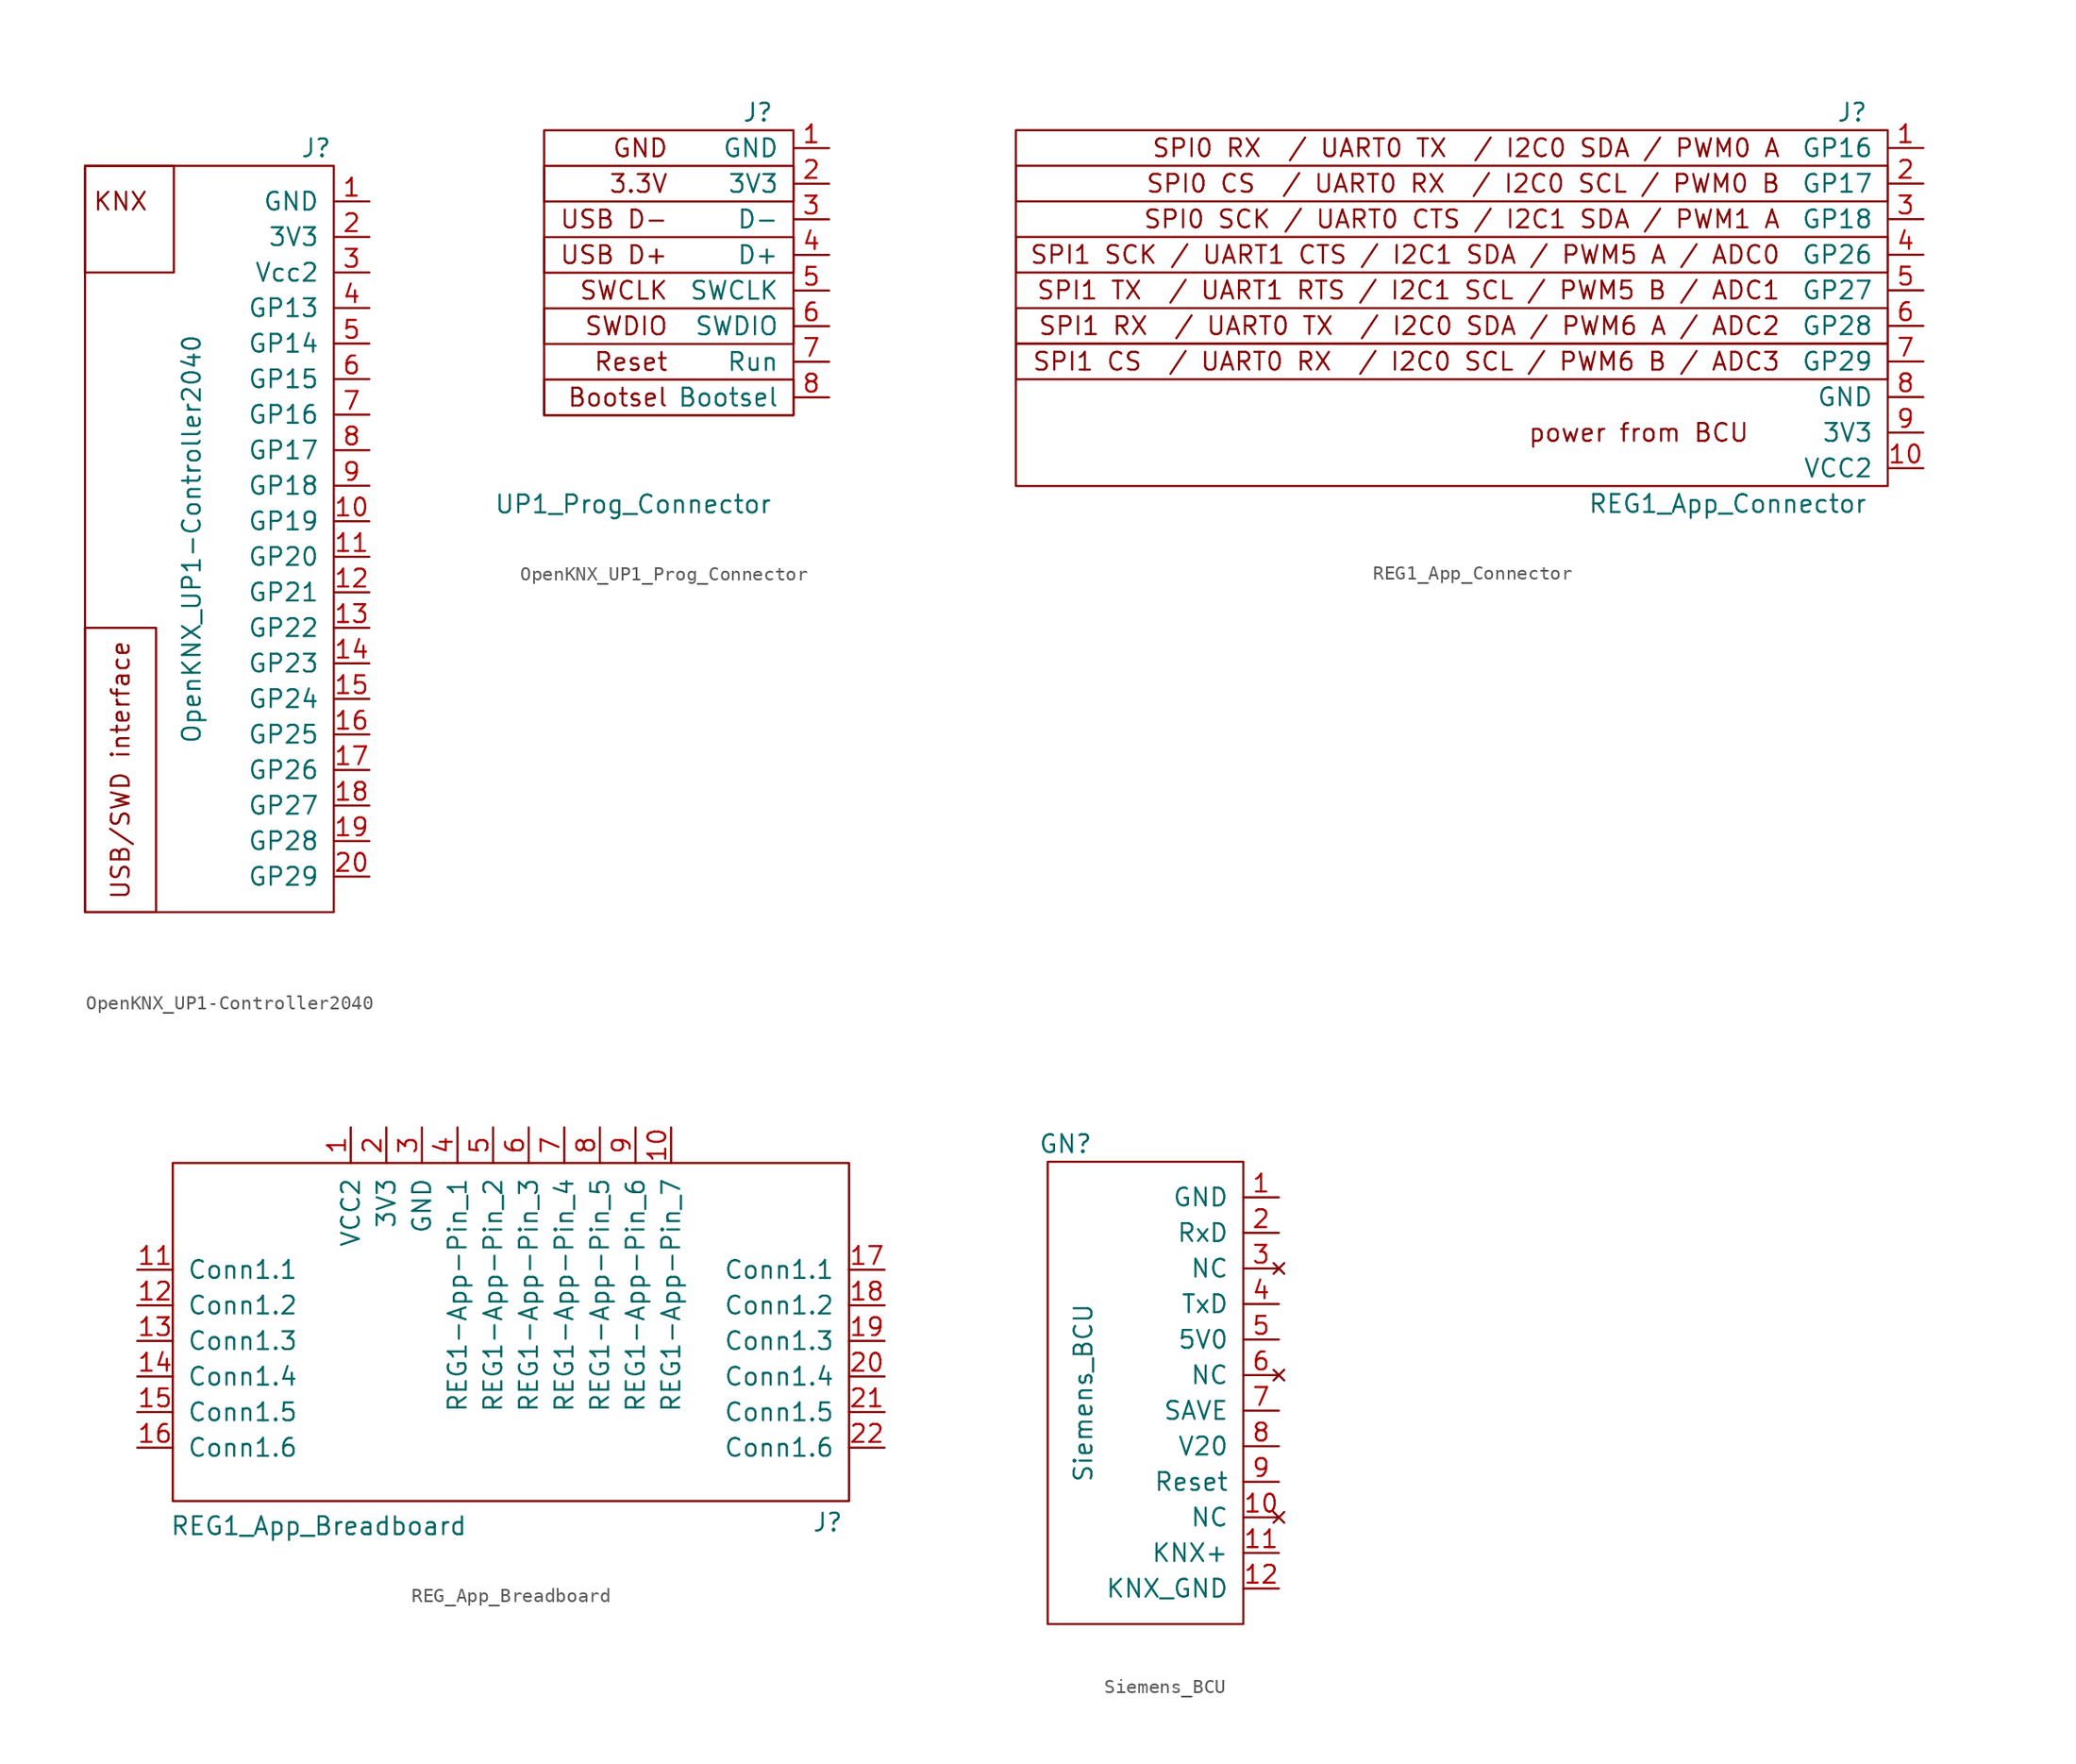
<source format=kicad_sym>
(kicad_symbol_lib
  (version 20231120)
  (generator "kicad_symbol_editor")
  (generator_version "8.0")
  (symbol "OpenKNX_UP1-Controller2040"
    (pin_names
      (offset 1.016))
    (property "Reference" "J"
      (at 5.08 27.94 0)
      (effects (font (size 1.27 1.27))))
    (property "Value" "OpenKNX_UP1-Controller2040"
      (at -3.81 0 90)
      (effects (font (size 1.27 1.27))))
    (symbol "OpenKNX_UP1-Controller2040_0_0"
      (rectangle (start -11.43 -6.35) (end -6.35 -26.67) (stroke (width 0) (type solid)) (fill (type none)))
      (rectangle (start -5.08 26.67) (end -11.43 19.05) (stroke (width 0) (type solid)) (fill (type none)))
      (rectangle (start 6.35 26.67) (end -11.43 -26.67) (stroke (width 0) (type solid)) (fill (type none)))
      (text "KNX" (at -8.89 24.13 0) (effects (font (size 1.27 1.27))))
      (text "USB/SWD interface" (at -8.89 -16.51 900) (effects (font (size 1.27 1.27)))))
    (symbol "OpenKNX_UP1-Controller2040_1_1"
      (pin bidirectional line (at 8.89 24.13 180) (length 2.54) (name "GND" (effects (font (size 1.27 1.27)))) (number "1" (effects (font (size 1.27 1.27)))))
      (pin bidirectional line (at 8.89 1.27 180) (length 2.54) (name "GP19" (effects (font (size 1.27 1.27)))) (number "10" (effects (font (size 1.27 1.27)))))
      (pin bidirectional line (at 8.89 -1.27 180) (length 2.54) (name "GP20" (effects (font (size 1.27 1.27)))) (number "11" (effects (font (size 1.27 1.27)))))
      (pin bidirectional line (at 8.89 -3.81 180) (length 2.54) (name "GP21" (effects (font (size 1.27 1.27)))) (number "12" (effects (font (size 1.27 1.27)))))
      (pin bidirectional line (at 8.89 -6.35 180) (length 2.54) (name "GP22" (effects (font (size 1.27 1.27)))) (number "13" (effects (font (size 1.27 1.27)))))
      (pin bidirectional line (at 8.89 -8.89 180) (length 2.54) (name "GP23" (effects (font (size 1.27 1.27)))) (number "14" (effects (font (size 1.27 1.27)))))
      (pin bidirectional line (at 8.89 -11.43 180) (length 2.54) (name "GP24" (effects (font (size 1.27 1.27)))) (number "15" (effects (font (size 1.27 1.27)))))
      (pin bidirectional line (at 8.89 -13.97 180) (length 2.54) (name "GP25" (effects (font (size 1.27 1.27)))) (number "16" (effects (font (size 1.27 1.27)))))
      (pin bidirectional line (at 8.89 -16.51 180) (length 2.54) (name "GP26" (effects (font (size 1.27 1.27)))) (number "17" (effects (font (size 1.27 1.27)))))
      (pin bidirectional line (at 8.89 -19.05 180) (length 2.54) (name "GP27" (effects (font (size 1.27 1.27)))) (number "18" (effects (font (size 1.27 1.27)))))
      (pin bidirectional line (at 8.89 -21.59 180) (length 2.54) (name "GP28" (effects (font (size 1.27 1.27)))) (number "19" (effects (font (size 1.27 1.27)))))
      (pin power_out line (at 8.89 21.59 180) (length 2.54) (name "3V3" (effects (font (size 1.27 1.27)))) (number "2" (effects (font (size 1.27 1.27)))))
      (pin bidirectional line (at 8.89 -24.13 180) (length 2.54) (name "GP29" (effects (font (size 1.27 1.27)))) (number "20" (effects (font (size 1.27 1.27)))))
      (pin power_out line (at 8.89 19.05 180) (length 2.54) (name "Vcc2" (effects (font (size 1.27 1.27)))) (number "3" (effects (font (size 1.27 1.27)))))
      (pin bidirectional line (at 8.89 16.51 180) (length 2.54) (name "GP13" (effects (font (size 1.27 1.27)))) (number "4" (effects (font (size 1.27 1.27)))))
      (pin bidirectional line (at 8.89 13.97 180) (length 2.54) (name "GP14" (effects (font (size 1.27 1.27)))) (number "5" (effects (font (size 1.27 1.27)))))
      (pin bidirectional line (at 8.89 11.43 180) (length 2.54) (name "GP15" (effects (font (size 1.27 1.27)))) (number "6" (effects (font (size 1.27 1.27)))))
      (pin bidirectional line (at 8.89 8.89 180) (length 2.54) (name "GP16" (effects (font (size 1.27 1.27)))) (number "7" (effects (font (size 1.27 1.27)))))
      (pin bidirectional line (at 8.89 6.35 180) (length 2.54) (name "GP17" (effects (font (size 1.27 1.27)))) (number "8" (effects (font (size 1.27 1.27)))))
      (pin bidirectional line (at 8.89 3.81 180) (length 2.54) (name "GP18" (effects (font (size 1.27 1.27)))) (number "9" (effects (font (size 1.27 1.27)))))))
  (symbol "OpenKNX_UP1_Prog_Connector"
    (pin_names
      (offset 1.016))
    (property "Reference" "J"
      (at 10.16 13.97 0)
      (effects (font (size 1.27 1.27))))
    (property "Value" "UP1_Prog_Connector"
      (at 1.27 -13.97 0)
      (effects (font (size 1.27 1.27))))
    (symbol "OpenKNX_UP1_Prog_Connector_0_0"
      (rectangle (start -5.08 -5.08) (end 12.7 -7.62) (stroke (width 0) (type solid)) (fill (type none)))
      (rectangle (start -5.08 0) (end 12.7 -2.54) (stroke (width 0) (type solid)) (fill (type none)))
      (rectangle (start -5.08 5.08) (end 12.7 2.54) (stroke (width 0) (type solid)) (fill (type none)))
      (rectangle (start -5.08 10.16) (end 12.7 7.62) (stroke (width 0) (type solid)) (fill (type none)))
      (rectangle (start -5.08 12.7) (end 12.7 -7.62) (stroke (width 0) (type solid)) (fill (type none))))
    (symbol "OpenKNX_UP1_Prog_Connector_1_0"
      (text "3.3V" (at 3.81 8.89 0) (effects (font (size 1.27 1.27)) (justify right)))
      (text "Bootsel" (at 3.81 -6.35 0) (effects (font (size 1.27 1.27)) (justify right)))
      (text "GND" (at 3.81 11.43 0) (effects (font (size 1.27 1.27)) (justify right)))
      (text "Reset" (at 3.81 -3.81 0) (effects (font (size 1.27 1.27)) (justify right)))
      (text "SWCLK" (at 3.81 1.27 0) (effects (font (size 1.27 1.27)) (justify right)))
      (text "SWDIO" (at 3.81 -1.27 0) (effects (font (size 1.27 1.27)) (justify right)))
      (text "USB D+" (at 3.81 3.81 0) (effects (font (size 1.27 1.27)) (justify right)))
      (text "USB D-" (at 3.81 6.35 0) (effects (font (size 1.27 1.27)) (justify right))))
    (symbol "OpenKNX_UP1_Prog_Connector_1_1"
      (pin bidirectional line (at 15.24 11.43 180) (length 2.54) (name "GND" (effects (font (size 1.27 1.27)))) (number "1" (effects (font (size 1.27 1.27)))))
      (pin bidirectional line (at 15.24 8.89 180) (length 2.54) (name "3V3" (effects (font (size 1.27 1.27)))) (number "2" (effects (font (size 1.27 1.27)))))
      (pin bidirectional line (at 15.24 6.35 180) (length 2.54) (name "D-" (effects (font (size 1.27 1.27)))) (number "3" (effects (font (size 1.27 1.27)))))
      (pin bidirectional line (at 15.24 3.81 180) (length 2.54) (name "D+" (effects (font (size 1.27 1.27)))) (number "4" (effects (font (size 1.27 1.27)))))
      (pin bidirectional line (at 15.24 1.27 180) (length 2.54) (name "SWCLK" (effects (font (size 1.27 1.27)))) (number "5" (effects (font (size 1.27 1.27)))))
      (pin bidirectional line (at 15.24 -1.27 180) (length 2.54) (name "SWDIO" (effects (font (size 1.27 1.27)))) (number "6" (effects (font (size 1.27 1.27)))))
      (pin bidirectional line (at 15.24 -3.81 180) (length 2.54) (name "Run" (effects (font (size 1.27 1.27)))) (number "7" (effects (font (size 1.27 1.27)))))
      (pin power_out line (at 15.24 -6.35 180) (length 2.54) (name "Bootsel" (effects (font (size 1.27 1.27)))) (number "8" (effects (font (size 1.27 1.27)))))))
  (symbol "REG1_App_Connector"
    (pin_names
      (offset 1.016))
    (property "Reference" "J"
      (at 10.16 13.97 0)
      (effects (font (size 1.27 1.27))))
    (property "Value" "REG1_App_Connector"
      (at 1.27 -13.97 0)
      (effects (font (size 1.27 1.27))))
    (symbol "REG1_App_Connector_0_0"
      (rectangle (start -49.53 -2.54) (end 12.7 0) (stroke (width 0) (type solid)) (fill (type none)))
      (rectangle (start 12.7 -5.08) (end -49.53 -2.54) (stroke (width 0) (type solid)) (fill (type none)))
      (rectangle (start 12.7 2.54) (end -49.53 5.08) (stroke (width 0) (type solid)) (fill (type none)))
      (rectangle (start 12.7 10.16) (end -49.53 7.62) (stroke (width 0) (type solid)) (fill (type none)))
      (rectangle (start 12.7 12.7) (end -49.53 -12.7) (stroke (width 0) (type solid)) (fill (type none)))
      (text "power from BCU" (at -5.08 -8.89 0) (effects (font (size 1.27 1.27))))
      (text "SPI0 CS  / UART0 RX  / I2C0 SCL / PWM0 B" (at 5.08 8.89 0) (effects (font (size 1.27 1.27)) (justify right)))
      (text "SPI0 RX  / UART0 TX  / I2C0 SDA / PWM0 A" (at 5.08 11.43 0) (effects (font (size 1.27 1.27)) (justify right)))
      (text "SPI0 SCK / UART0 CTS / I2C1 SDA / PWM1 A" (at 5.08 6.35 0) (effects (font (size 1.27 1.27)) (justify right)))
      (text "SPI1 CS  / UART0 RX  / I2C0 SCL / PWM6 B / ADC3" (at 5.08 -3.81 0) (effects (font (size 1.27 1.27)) (justify right)))
      (text "SPI1 RX  / UART0 TX  / I2C0 SDA / PWM6 A / ADC2" (at 5.08 -1.27 0) (effects (font (size 1.27 1.27)) (justify right)))
      (text "SPI1 SCK / UART1 CTS / I2C1 SDA / PWM5 A / ADC0" (at 5.08 3.81 0) (effects (font (size 1.27 1.27)) (justify right)))
      (text "SPI1 TX  / UART1 RTS / I2C1 SCL / PWM5 B / ADC1" (at 5.08 1.27 0) (effects (font (size 1.27 1.27)) (justify right))))
    (symbol "REG1_App_Connector_1_1"
      (pin bidirectional line (at 15.24 11.43 180) (length 2.54) (name "GP16" (effects (font (size 1.27 1.27)))) (number "1" (effects (font (size 1.27 1.27)))))
      (pin power_out line (at 15.24 -11.43 180) (length 2.54) (name "VCC2" (effects (font (size 1.27 1.27)))) (number "10" (effects (font (size 1.27 1.27)))))
      (pin bidirectional line (at 15.24 8.89 180) (length 2.54) (name "GP17" (effects (font (size 1.27 1.27)))) (number "2" (effects (font (size 1.27 1.27)))))
      (pin bidirectional line (at 15.24 6.35 180) (length 2.54) (name "GP18" (effects (font (size 1.27 1.27)))) (number "3" (effects (font (size 1.27 1.27)))))
      (pin bidirectional line (at 15.24 3.81 180) (length 2.54) (name "GP26" (effects (font (size 1.27 1.27)))) (number "4" (effects (font (size 1.27 1.27)))))
      (pin bidirectional line (at 15.24 1.27 180) (length 2.54) (name "GP27" (effects (font (size 1.27 1.27)))) (number "5" (effects (font (size 1.27 1.27)))))
      (pin bidirectional line (at 15.24 -1.27 180) (length 2.54) (name "GP28" (effects (font (size 1.27 1.27)))) (number "6" (effects (font (size 1.27 1.27)))))
      (pin bidirectional line (at 15.24 -3.81 180) (length 2.54) (name "GP29" (effects (font (size 1.27 1.27)))) (number "7" (effects (font (size 1.27 1.27)))))
      (pin power_out line (at 15.24 -6.35 180) (length 2.54) (name "GND" (effects (font (size 1.27 1.27)))) (number "8" (effects (font (size 1.27 1.27)))))
      (pin power_out line (at 15.24 -8.89 180) (length 2.54) (name "3V3" (effects (font (size 1.27 1.27)))) (number "9" (effects (font (size 1.27 1.27)))))))
  (symbol "REG_App_Breadboard"
    (pin_names
      (offset 1.016))
    (property "Reference" "J"
      (at 22.606 -11.684 0)
      (effects (font (size 1.27 1.27))))
    (property "Value" "REG1_App_Breadboard"
      (at -13.716 -11.938 0)
      (effects (font (size 1.27 1.27))))
    (symbol "REG_App_Breadboard_0_1"
      (rectangle (start -24.13 13.97) (end 24.13 -10.16) (stroke (width 0) (type default)) (fill (type none))))
    (symbol "REG_App_Breadboard_1_1"
      (pin input line (at -11.43 16.51 270) (length 2.54) (name "VCC2" (effects (font (size 1.27 1.27)))) (number "1" (effects (font (size 1.27 1.27)))))
      (pin input line (at 11.43 16.51 270) (length 2.54) (name "REG1-App-Pin_7" (effects (font (size 1.27 1.27)))) (number "10" (effects (font (size 1.27 1.27)))))
      (pin input line (at -26.67 6.35 0) (length 2.54) (name "Conn1.1" (effects (font (size 1.27 1.27)))) (number "11" (effects (font (size 1.27 1.27)))))
      (pin input line (at -26.67 3.81 0) (length 2.54) (name "Conn1.2" (effects (font (size 1.27 1.27)))) (number "12" (effects (font (size 1.27 1.27)))))
      (pin input line (at -26.67 1.27 0) (length 2.54) (name "Conn1.3" (effects (font (size 1.27 1.27)))) (number "13" (effects (font (size 1.27 1.27)))))
      (pin input line (at -26.67 -1.27 0) (length 2.54) (name "Conn1.4" (effects (font (size 1.27 1.27)))) (number "14" (effects (font (size 1.27 1.27)))))
      (pin input line (at -26.67 -3.81 0) (length 2.54) (name "Conn1.5" (effects (font (size 1.27 1.27)))) (number "15" (effects (font (size 1.27 1.27)))))
      (pin input line (at -26.67 -6.35 0) (length 2.54) (name "Conn1.6" (effects (font (size 1.27 1.27)))) (number "16" (effects (font (size 1.27 1.27)))))
      (pin input line (at 26.67 6.35 180) (length 2.54) (name "Conn1.1" (effects (font (size 1.27 1.27)))) (number "17" (effects (font (size 1.27 1.27)))))
      (pin input line (at 26.67 3.81 180) (length 2.54) (name "Conn1.2" (effects (font (size 1.27 1.27)))) (number "18" (effects (font (size 1.27 1.27)))))
      (pin input line (at 26.67 1.27 180) (length 2.54) (name "Conn1.3" (effects (font (size 1.27 1.27)))) (number "19" (effects (font (size 1.27 1.27)))))
      (pin input line (at -8.89 16.51 270) (length 2.54) (name "3V3" (effects (font (size 1.27 1.27)))) (number "2" (effects (font (size 1.27 1.27)))))
      (pin input line (at 26.67 -1.27 180) (length 2.54) (name "Conn1.4" (effects (font (size 1.27 1.27)))) (number "20" (effects (font (size 1.27 1.27)))))
      (pin input line (at 26.67 -3.81 180) (length 2.54) (name "Conn1.5" (effects (font (size 1.27 1.27)))) (number "21" (effects (font (size 1.27 1.27)))))
      (pin input line (at 26.67 -6.35 180) (length 2.54) (name "Conn1.6" (effects (font (size 1.27 1.27)))) (number "22" (effects (font (size 1.27 1.27)))))
      (pin input line (at -6.35 16.51 270) (length 2.54) (name "GND" (effects (font (size 1.27 1.27)))) (number "3" (effects (font (size 1.27 1.27)))))
      (pin input line (at -3.81 16.51 270) (length 2.54) (name "REG1-App-Pin_1" (effects (font (size 1.27 1.27)))) (number "4" (effects (font (size 1.27 1.27)))))
      (pin input line (at -1.27 16.51 270) (length 2.54) (name "REG1-App-Pin_2" (effects (font (size 1.27 1.27)))) (number "5" (effects (font (size 1.27 1.27)))))
      (pin input line (at 1.27 16.51 270) (length 2.54) (name "REG1-App-Pin_3" (effects (font (size 1.27 1.27)))) (number "6" (effects (font (size 1.27 1.27)))))
      (pin input line (at 3.81 16.51 270) (length 2.54) (name "REG1-App-Pin_4" (effects (font (size 1.27 1.27)))) (number "7" (effects (font (size 1.27 1.27)))))
      (pin input line (at 6.35 16.51 270) (length 2.54) (name "REG1-App-Pin_5" (effects (font (size 1.27 1.27)))) (number "8" (effects (font (size 1.27 1.27)))))
      (pin input line (at 8.89 16.51 270) (length 2.54) (name "REG1-App-Pin_6" (effects (font (size 1.27 1.27)))) (number "9" (effects (font (size 1.27 1.27)))))))
  (symbol "Siemens_BCU"
    (pin_names
      (offset 1.016))
    (property "Reference" "GN"
      (at -7.62 17.78 0)
      (effects (font (size 1.27 1.27))))
    (property "Value" "Siemens_BCU"
      (at -6.35 0 90)
      (effects (font (size 1.27 1.27))))
    (symbol "Siemens_BCU_0_1"
      (rectangle (start 5.08 16.51) (end -8.89 -16.51) (stroke (width 0) (type solid)) (fill (type none))))
    (symbol "Siemens_BCU_1_1"
      (pin power_out line (at 7.62 13.97 180) (length 2.54) (name "GND" (effects (font (size 1.27 1.27)))) (number "1" (effects (font (size 1.27 1.27)))))
      (pin no_connect line (at 7.62 -8.89 180) (length 2.54) (name "NC" (effects (font (size 1.27 1.27)))) (number "10" (effects (font (size 1.27 1.27)))))
      (pin bidirectional line (at 7.62 -11.43 180) (length 2.54) (name "KNX+" (effects (font (size 1.27 1.27)))) (number "11" (effects (font (size 1.27 1.27)))))
      (pin bidirectional line (at 7.62 -13.97 180) (length 2.54) (name "KNX_GND" (effects (font (size 1.27 1.27)))) (number "12" (effects (font (size 1.27 1.27)))))
      (pin input line (at 7.62 11.43 180) (length 2.54) (name "RxD" (effects (font (size 1.27 1.27)))) (number "2" (effects (font (size 1.27 1.27)))))
      (pin no_connect line (at 7.62 8.89 180) (length 2.54) (name "NC" (effects (font (size 1.27 1.27)))) (number "3" (effects (font (size 1.27 1.27)))))
      (pin output line (at 7.62 6.35 180) (length 2.54) (name "TxD" (effects (font (size 1.27 1.27)))) (number "4" (effects (font (size 1.27 1.27)))))
      (pin power_out line (at 7.62 3.81 180) (length 2.54) (name "5V0" (effects (font (size 1.27 1.27)))) (number "5" (effects (font (size 1.27 1.27)))))
      (pin no_connect line (at 7.62 1.27 180) (length 2.54) (name "NC" (effects (font (size 1.27 1.27)))) (number "6" (effects (font (size 1.27 1.27)))))
      (pin output line (at 7.62 -1.27 180) (length 2.54) (name "SAVE" (effects (font (size 1.27 1.27)))) (number "7" (effects (font (size 1.27 1.27)))))
      (pin power_out line (at 7.62 -3.81 180) (length 2.54) (name "V20" (effects (font (size 1.27 1.27)))) (number "8" (effects (font (size 1.27 1.27)))))
      (pin input line (at 7.62 -6.35 180) (length 2.54) (name "Reset" (effects (font (size 1.27 1.27)))) (number "9" (effects (font (size 1.27 1.27))))))))
</source>
